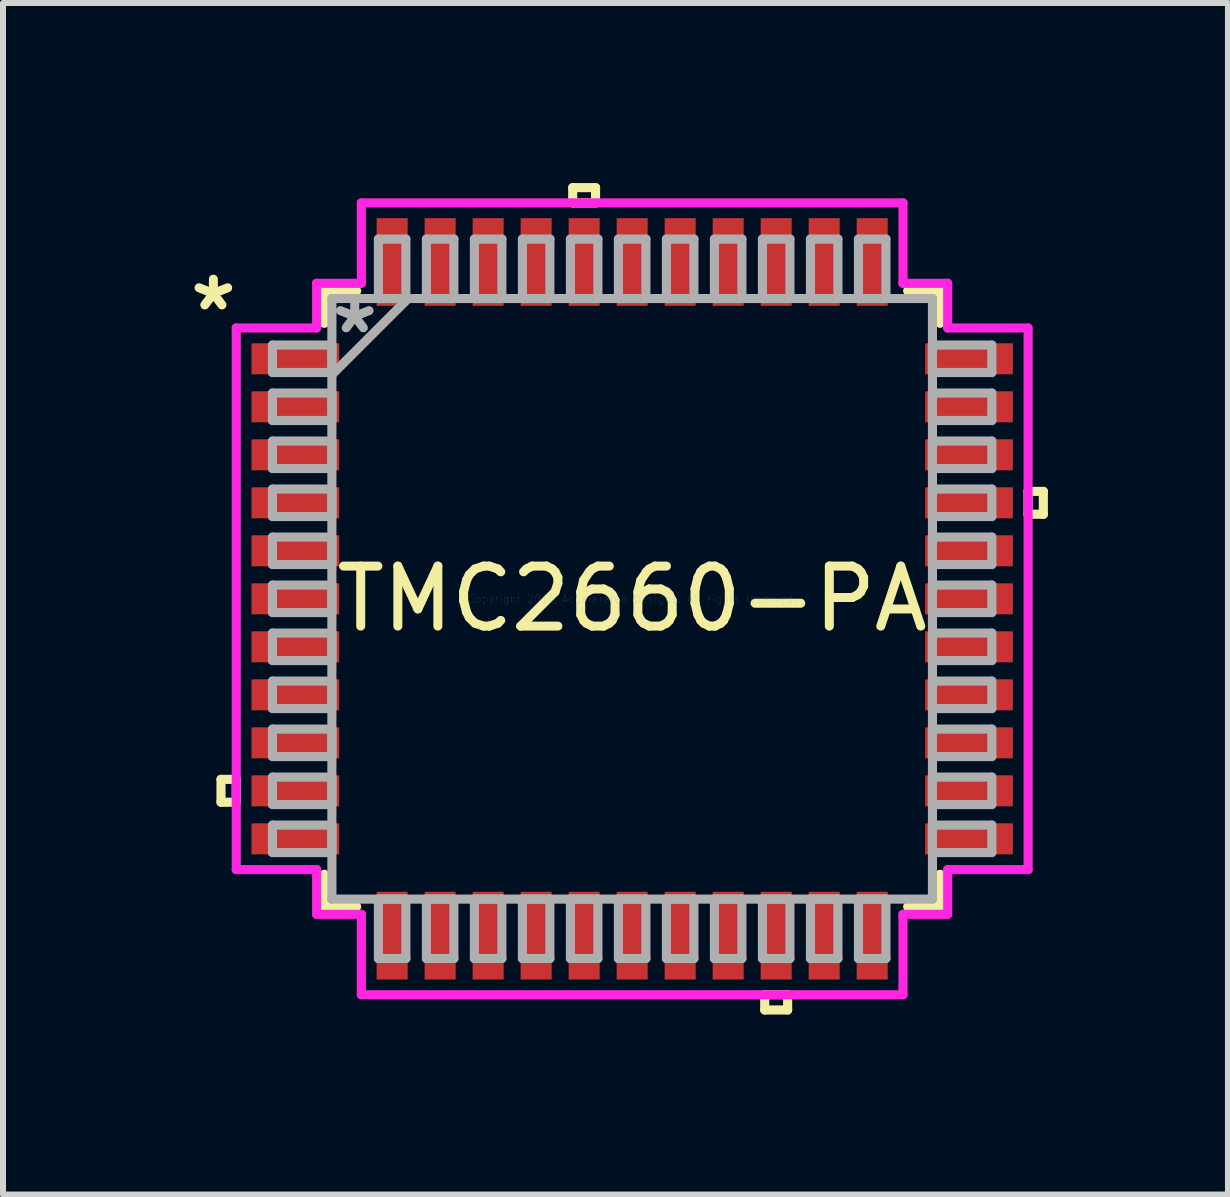
<source format=kicad_pcb>
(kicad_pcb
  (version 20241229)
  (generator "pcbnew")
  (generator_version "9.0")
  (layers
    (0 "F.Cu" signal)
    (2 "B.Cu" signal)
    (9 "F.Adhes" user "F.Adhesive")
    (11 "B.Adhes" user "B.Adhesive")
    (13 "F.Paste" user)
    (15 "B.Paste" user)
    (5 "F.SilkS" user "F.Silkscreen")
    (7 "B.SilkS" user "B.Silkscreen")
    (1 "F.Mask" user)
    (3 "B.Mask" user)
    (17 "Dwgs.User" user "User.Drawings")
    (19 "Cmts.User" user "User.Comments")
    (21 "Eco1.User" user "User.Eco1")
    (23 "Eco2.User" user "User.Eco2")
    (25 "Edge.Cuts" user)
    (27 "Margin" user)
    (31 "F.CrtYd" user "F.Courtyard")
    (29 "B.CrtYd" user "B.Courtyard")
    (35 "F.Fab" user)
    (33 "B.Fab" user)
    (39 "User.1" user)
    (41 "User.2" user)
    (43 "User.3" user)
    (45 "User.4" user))
  (footprint "TMC2660-PA"
    (layer "F.Cu")
    (at 7.485 6.929)
    (property "Reference" "TMC2660-PA" (at 0 0 0) (layer "F.SilkS") (effects (font (size 1 1) (thickness 0.15))))
    (attr through_hole)
    (fp_line (start -6.852 3.009) (end -6.852 3.39) (stroke (width 0.152) (type solid)) (layer "F.SilkS"))
    (fp_line (start -6.852 3.39) (end -6.598 3.39) (stroke (width 0.152) (type solid)) (layer "F.SilkS"))
    (fp_line (start -6.598 3.009) (end -6.852 3.009) (stroke (width 0.152) (type solid)) (layer "F.SilkS"))
    (fp_line (start -6.598 3.39) (end -6.598 3.009) (stroke (width 0.152) (type solid)) (layer "F.SilkS"))
    (fp_line (start -5.131 -5.131) (end -5.131 -4.591) (stroke (width 0.152) (type solid)) (layer "F.SilkS"))
    (fp_line (start -5.131 4.591) (end -5.131 5.131) (stroke (width 0.152) (type solid)) (layer "F.SilkS"))
    (fp_line (start -5.131 5.131) (end -4.591 5.131) (stroke (width 0.152) (type solid)) (layer "F.SilkS"))
    (fp_line (start -4.591 -5.131) (end -5.131 -5.131) (stroke (width 0.152) (type solid)) (layer "F.SilkS"))
    (fp_line (start -0.991 -6.852) (end -0.61 -6.852) (stroke (width 0.152) (type solid)) (layer "F.SilkS"))
    (fp_line (start -0.991 -6.598) (end -0.991 -6.852) (stroke (width 0.152) (type solid)) (layer "F.SilkS"))
    (fp_line (start -0.61 -6.852) (end -0.61 -6.598) (stroke (width 0.152) (type solid)) (layer "F.SilkS"))
    (fp_line (start -0.61 -6.598) (end -0.991 -6.598) (stroke (width 0.152) (type solid)) (layer "F.SilkS"))
    (fp_line (start 2.209 6.598) (end 2.209 6.852) (stroke (width 0.152) (type solid)) (layer "F.SilkS"))
    (fp_line (start 2.209 6.852) (end 2.591 6.852) (stroke (width 0.152) (type solid)) (layer "F.SilkS"))
    (fp_line (start 2.591 6.598) (end 2.209 6.598) (stroke (width 0.152) (type solid)) (layer "F.SilkS"))
    (fp_line (start 2.591 6.852) (end 2.591 6.598) (stroke (width 0.152) (type solid)) (layer "F.SilkS"))
    (fp_line (start 4.591 5.131) (end 5.131 5.131) (stroke (width 0.152) (type solid)) (layer "F.SilkS"))
    (fp_line (start 5.131 -5.131) (end 4.591 -5.131) (stroke (width 0.152) (type solid)) (layer "F.SilkS"))
    (fp_line (start 5.131 -4.591) (end 5.131 -5.131) (stroke (width 0.152) (type solid)) (layer "F.SilkS"))
    (fp_line (start 5.131 5.131) (end 5.131 4.591) (stroke (width 0.152) (type solid)) (layer "F.SilkS"))
    (fp_line (start 6.598 -1.79) (end 6.852 -1.79) (stroke (width 0.152) (type solid)) (layer "F.SilkS"))
    (fp_line (start 6.598 -1.409) (end 6.598 -1.79) (stroke (width 0.152) (type solid)) (layer "F.SilkS"))
    (fp_line (start 6.852 -1.79) (end 6.852 -1.409) (stroke (width 0.152) (type solid)) (layer "F.SilkS"))
    (fp_line (start 6.852 -1.409) (end 6.598 -1.409) (stroke (width 0.152) (type solid)) (layer "F.SilkS"))
    (fp_line (start -6.598 -4.513) (end -5.258 -4.513) (stroke (width 0.152) (type solid)) (layer "F.CrtYd"))
    (fp_line (start -6.598 4.513) (end -6.598 -4.513) (stroke (width 0.152) (type solid)) (layer "F.CrtYd"))
    (fp_line (start -5.258 -5.258) (end -4.513 -5.258) (stroke (width 0.152) (type solid)) (layer "F.CrtYd"))
    (fp_line (start -5.258 -4.513) (end -5.258 -5.258) (stroke (width 0.152) (type solid)) (layer "F.CrtYd"))
    (fp_line (start -5.258 4.513) (end -6.598 4.513) (stroke (width 0.152) (type solid)) (layer "F.CrtYd"))
    (fp_line (start -5.258 5.258) (end -5.258 4.513) (stroke (width 0.152) (type solid)) (layer "F.CrtYd"))
    (fp_line (start -4.513 -6.598) (end 4.513 -6.598) (stroke (width 0.152) (type solid)) (layer "F.CrtYd"))
    (fp_line (start -4.513 -5.258) (end -4.513 -6.598) (stroke (width 0.152) (type solid)) (layer "F.CrtYd"))
    (fp_line (start -4.513 5.258) (end -5.258 5.258) (stroke (width 0.152) (type solid)) (layer "F.CrtYd"))
    (fp_line (start -4.513 6.598) (end -4.513 5.258) (stroke (width 0.152) (type solid)) (layer "F.CrtYd"))
    (fp_line (start 4.513 -6.598) (end 4.513 -5.258) (stroke (width 0.152) (type solid)) (layer "F.CrtYd"))
    (fp_line (start 4.513 -5.258) (end 5.258 -5.258) (stroke (width 0.152) (type solid)) (layer "F.CrtYd"))
    (fp_line (start 4.513 5.258) (end 4.513 6.598) (stroke (width 0.152) (type solid)) (layer "F.CrtYd"))
    (fp_line (start 4.513 6.598) (end -4.513 6.598) (stroke (width 0.152) (type solid)) (layer "F.CrtYd"))
    (fp_line (start 5.258 -5.258) (end 5.258 -4.513) (stroke (width 0.152) (type solid)) (layer "F.CrtYd"))
    (fp_line (start 5.258 -4.513) (end 6.598 -4.513) (stroke (width 0.152) (type solid)) (layer "F.CrtYd"))
    (fp_line (start 5.258 4.513) (end 5.258 5.258) (stroke (width 0.152) (type solid)) (layer "F.CrtYd"))
    (fp_line (start 5.258 5.258) (end 4.513 5.258) (stroke (width 0.152) (type solid)) (layer "F.CrtYd"))
    (fp_line (start 6.598 -4.513) (end 6.598 4.513) (stroke (width 0.152) (type solid)) (layer "F.CrtYd"))
    (fp_line (start 6.598 4.513) (end 5.258 4.513) (stroke (width 0.152) (type solid)) (layer "F.CrtYd"))
    (fp_line (start -5.994 -4.229) (end -5.994 -3.771) (stroke (width 0.152) (type solid)) (layer "F.Fab"))
    (fp_line (start -5.994 -3.771) (end -5.004 -3.771) (stroke (width 0.152) (type solid)) (layer "F.Fab"))
    (fp_line (start -5.994 -3.429) (end -5.994 -2.971) (stroke (width 0.152) (type solid)) (layer "F.Fab"))
    (fp_line (start -5.994 -2.971) (end -5.004 -2.971) (stroke (width 0.152) (type solid)) (layer "F.Fab"))
    (fp_line (start -5.994 -2.629) (end -5.994 -2.171) (stroke (width 0.152) (type solid)) (layer "F.Fab"))
    (fp_line (start -5.994 -2.171) (end -5.004 -2.171) (stroke (width 0.152) (type solid)) (layer "F.Fab"))
    (fp_line (start -5.994 -1.829) (end -5.994 -1.371) (stroke (width 0.152) (type solid)) (layer "F.Fab"))
    (fp_line (start -5.994 -1.371) (end -5.004 -1.371) (stroke (width 0.152) (type solid)) (layer "F.Fab"))
    (fp_line (start -5.994 -1.029) (end -5.994 -0.571) (stroke (width 0.152) (type solid)) (layer "F.Fab"))
    (fp_line (start -5.994 -0.571) (end -5.004 -0.571) (stroke (width 0.152) (type solid)) (layer "F.Fab"))
    (fp_line (start -5.994 -0.229) (end -5.994 0.229) (stroke (width 0.152) (type solid)) (layer "F.Fab"))
    (fp_line (start -5.994 0.229) (end -5.004 0.229) (stroke (width 0.152) (type solid)) (layer "F.Fab"))
    (fp_line (start -5.994 0.571) (end -5.994 1.029) (stroke (width 0.152) (type solid)) (layer "F.Fab"))
    (fp_line (start -5.994 1.029) (end -5.004 1.029) (stroke (width 0.152) (type solid)) (layer "F.Fab"))
    (fp_line (start -5.994 1.371) (end -5.994 1.829) (stroke (width 0.152) (type solid)) (layer "F.Fab"))
    (fp_line (start -5.994 1.829) (end -5.004 1.829) (stroke (width 0.152) (type solid)) (layer "F.Fab"))
    (fp_line (start -5.994 2.171) (end -5.994 2.629) (stroke (width 0.152) (type solid)) (layer "F.Fab"))
    (fp_line (start -5.994 2.629) (end -5.004 2.629) (stroke (width 0.152) (type solid)) (layer "F.Fab"))
    (fp_line (start -5.994 2.971) (end -5.994 3.429) (stroke (width 0.152) (type solid)) (layer "F.Fab"))
    (fp_line (start -5.994 3.429) (end -5.004 3.429) (stroke (width 0.152) (type solid)) (layer "F.Fab"))
    (fp_line (start -5.994 3.771) (end -5.994 4.229) (stroke (width 0.152) (type solid)) (layer "F.Fab"))
    (fp_line (start -5.994 4.229) (end -5.004 4.229) (stroke (width 0.152) (type solid)) (layer "F.Fab"))
    (fp_line (start -5.004 -5.004) (end -5.004 -5.004) (stroke (width 0.152) (type solid)) (layer "F.Fab"))
    (fp_line (start -5.004 -5.004) (end -5.004 5.004) (stroke (width 0.152) (type solid)) (layer "F.Fab"))
    (fp_line (start -5.004 -4.229) (end -5.994 -4.229) (stroke (width 0.152) (type solid)) (layer "F.Fab"))
    (fp_line (start -5.004 -3.771) (end -5.004 -4.229) (stroke (width 0.152) (type solid)) (layer "F.Fab"))
    (fp_line (start -5.004 -3.734) (end -3.734 -5.004) (stroke (width 0.152) (type solid)) (layer "F.Fab"))
    (fp_line (start -5.004 -3.429) (end -5.994 -3.429) (stroke (width 0.152) (type solid)) (layer "F.Fab"))
    (fp_line (start -5.004 -2.971) (end -5.004 -3.429) (stroke (width 0.152) (type solid)) (layer "F.Fab"))
    (fp_line (start -5.004 -2.629) (end -5.994 -2.629) (stroke (width 0.152) (type solid)) (layer "F.Fab"))
    (fp_line (start -5.004 -2.171) (end -5.004 -2.629) (stroke (width 0.152) (type solid)) (layer "F.Fab"))
    (fp_line (start -5.004 -1.829) (end -5.994 -1.829) (stroke (width 0.152) (type solid)) (layer "F.Fab"))
    (fp_line (start -5.004 -1.371) (end -5.004 -1.829) (stroke (width 0.152) (type solid)) (layer "F.Fab"))
    (fp_line (start -5.004 -1.029) (end -5.994 -1.029) (stroke (width 0.152) (type solid)) (layer "F.Fab"))
    (fp_line (start -5.004 -0.571) (end -5.004 -1.029) (stroke (width 0.152) (type solid)) (layer "F.Fab"))
    (fp_line (start -5.004 -0.229) (end -5.994 -0.229) (stroke (width 0.152) (type solid)) (layer "F.Fab"))
    (fp_line (start -5.004 0.229) (end -5.004 -0.229) (stroke (width 0.152) (type solid)) (layer "F.Fab"))
    (fp_line (start -5.004 0.571) (end -5.994 0.571) (stroke (width 0.152) (type solid)) (layer "F.Fab"))
    (fp_line (start -5.004 1.029) (end -5.004 0.571) (stroke (width 0.152) (type solid)) (layer "F.Fab"))
    (fp_line (start -5.004 1.371) (end -5.994 1.371) (stroke (width 0.152) (type solid)) (layer "F.Fab"))
    (fp_line (start -5.004 1.829) (end -5.004 1.371) (stroke (width 0.152) (type solid)) (layer "F.Fab"))
    (fp_line (start -5.004 2.171) (end -5.994 2.171) (stroke (width 0.152) (type solid)) (layer "F.Fab"))
    (fp_line (start -5.004 2.629) (end -5.004 2.171) (stroke (width 0.152) (type solid)) (layer "F.Fab"))
    (fp_line (start -5.004 2.971) (end -5.994 2.971) (stroke (width 0.152) (type solid)) (layer "F.Fab"))
    (fp_line (start -5.004 3.429) (end -5.004 2.971) (stroke (width 0.152) (type solid)) (layer "F.Fab"))
    (fp_line (start -5.004 3.771) (end -5.994 3.771) (stroke (width 0.152) (type solid)) (layer "F.Fab"))
    (fp_line (start -5.004 4.229) (end -5.004 3.771) (stroke (width 0.152) (type solid)) (layer "F.Fab"))
    (fp_line (start -5.004 5.004) (end -5.004 5.004) (stroke (width 0.152) (type solid)) (layer "F.Fab"))
    (fp_line (start -5.004 5.004) (end 5.004 5.004) (stroke (width 0.152) (type solid)) (layer "F.Fab"))
    (fp_line (start -4.229 5.004) (end -4.229 5.994) (stroke (width 0.152) (type solid)) (layer "F.Fab"))
    (fp_line (start -4.229 5.994) (end -3.771 5.994) (stroke (width 0.152) (type solid)) (layer "F.Fab"))
    (fp_line (start -4.229 -5.994) (end -4.229 -5.004) (stroke (width 0.152) (type solid)) (layer "F.Fab"))
    (fp_line (start -4.229 -5.004) (end -3.771 -5.004) (stroke (width 0.152) (type solid)) (layer "F.Fab"))
    (fp_line (start -3.771 5.004) (end -4.229 5.004) (stroke (width 0.152) (type solid)) (layer "F.Fab"))
    (fp_line (start -3.771 5.994) (end -3.771 5.004) (stroke (width 0.152) (type solid)) (layer "F.Fab"))
    (fp_line (start -3.771 -5.994) (end -4.229 -5.994) (stroke (width 0.152) (type solid)) (layer "F.Fab"))
    (fp_line (start -3.771 -5.004) (end -3.771 -5.994) (stroke (width 0.152) (type solid)) (layer "F.Fab"))
    (fp_line (start -3.429 -5.994) (end -3.429 -5.004) (stroke (width 0.152) (type solid)) (layer "F.Fab"))
    (fp_line (start -3.429 -5.004) (end -2.971 -5.004) (stroke (width 0.152) (type solid)) (layer "F.Fab"))
    (fp_line (start -3.429 5.004) (end -3.429 5.994) (stroke (width 0.152) (type solid)) (layer "F.Fab"))
    (fp_line (start -3.429 5.994) (end -2.971 5.994) (stroke (width 0.152) (type solid)) (layer "F.Fab"))
    (fp_line (start -2.971 -5.994) (end -3.429 -5.994) (stroke (width 0.152) (type solid)) (layer "F.Fab"))
    (fp_line (start -2.971 -5.004) (end -2.971 -5.994) (stroke (width 0.152) (type solid)) (layer "F.Fab"))
    (fp_line (start -2.971 5.004) (end -3.429 5.004) (stroke (width 0.152) (type solid)) (layer "F.Fab"))
    (fp_line (start -2.971 5.994) (end -2.971 5.004) (stroke (width 0.152) (type solid)) (layer "F.Fab"))
    (fp_line (start -2.629 -5.994) (end -2.629 -5.004) (stroke (width 0.152) (type solid)) (layer "F.Fab"))
    (fp_line (start -2.629 -5.004) (end -2.171 -5.004) (stroke (width 0.152) (type solid)) (layer "F.Fab"))
    (fp_line (start -2.629 5.004) (end -2.629 5.994) (stroke (width 0.152) (type solid)) (layer "F.Fab"))
    (fp_line (start -2.629 5.994) (end -2.171 5.994) (stroke (width 0.152) (type solid)) (layer "F.Fab"))
    (fp_line (start -2.171 -5.994) (end -2.629 -5.994) (stroke (width 0.152) (type solid)) (layer "F.Fab"))
    (fp_line (start -2.171 -5.004) (end -2.171 -5.994) (stroke (width 0.152) (type solid)) (layer "F.Fab"))
    (fp_line (start -2.171 5.004) (end -2.629 5.004) (stroke (width 0.152) (type solid)) (layer "F.Fab"))
    (fp_line (start -2.171 5.994) (end -2.171 5.004) (stroke (width 0.152) (type solid)) (layer "F.Fab"))
    (fp_line (start -1.829 -5.994) (end -1.829 -5.004) (stroke (width 0.152) (type solid)) (layer "F.Fab"))
    (fp_line (start -1.829 -5.004) (end -1.371 -5.004) (stroke (width 0.152) (type solid)) (layer "F.Fab"))
    (fp_line (start -1.829 5.004) (end -1.829 5.994) (stroke (width 0.152) (type solid)) (layer "F.Fab"))
    (fp_line (start -1.829 5.994) (end -1.371 5.994) (stroke (width 0.152) (type solid)) (layer "F.Fab"))
    (fp_line (start -1.371 -5.994) (end -1.829 -5.994) (stroke (width 0.152) (type solid)) (layer "F.Fab"))
    (fp_line (start -1.371 -5.004) (end -1.371 -5.994) (stroke (width 0.152) (type solid)) (layer "F.Fab"))
    (fp_line (start -1.371 5.004) (end -1.829 5.004) (stroke (width 0.152) (type solid)) (layer "F.Fab"))
    (fp_line (start -1.371 5.994) (end -1.371 5.004) (stroke (width 0.152) (type solid)) (layer "F.Fab"))
    (fp_line (start -1.029 -5.994) (end -1.029 -5.004) (stroke (width 0.152) (type solid)) (layer "F.Fab"))
    (fp_line (start -1.029 -5.004) (end -0.571 -5.004) (stroke (width 0.152) (type solid)) (layer "F.Fab"))
    (fp_line (start -1.029 5.004) (end -1.029 5.994) (stroke (width 0.152) (type solid)) (layer "F.Fab"))
    (fp_line (start -1.029 5.994) (end -0.571 5.994) (stroke (width 0.152) (type solid)) (layer "F.Fab"))
    (fp_line (start -0.571 -5.994) (end -1.029 -5.994) (stroke (width 0.152) (type solid)) (layer "F.Fab"))
    (fp_line (start -0.571 -5.004) (end -0.571 -5.994) (stroke (width 0.152) (type solid)) (layer "F.Fab"))
    (fp_line (start -0.571 5.004) (end -1.029 5.004) (stroke (width 0.152) (type solid)) (layer "F.Fab"))
    (fp_line (start -0.571 5.994) (end -0.571 5.004) (stroke (width 0.152) (type solid)) (layer "F.Fab"))
    (fp_line (start -0.229 -5.994) (end -0.229 -5.004) (stroke (width 0.152) (type solid)) (layer "F.Fab"))
    (fp_line (start -0.229 -5.004) (end 0.229 -5.004) (stroke (width 0.152) (type solid)) (layer "F.Fab"))
    (fp_line (start -0.229 5.004) (end -0.229 5.994) (stroke (width 0.152) (type solid)) (layer "F.Fab"))
    (fp_line (start -0.229 5.994) (end 0.229 5.994) (stroke (width 0.152) (type solid)) (layer "F.Fab"))
    (fp_line (start 0.229 -5.994) (end -0.229 -5.994) (stroke (width 0.152) (type solid)) (layer "F.Fab"))
    (fp_line (start 0.229 -5.004) (end 0.229 -5.994) (stroke (width 0.152) (type solid)) (layer "F.Fab"))
    (fp_line (start 0.229 5.004) (end -0.229 5.004) (stroke (width 0.152) (type solid)) (layer "F.Fab"))
    (fp_line (start 0.229 5.994) (end 0.229 5.004) (stroke (width 0.152) (type solid)) (layer "F.Fab"))
    (fp_line (start 0.571 -5.994) (end 0.571 -5.004) (stroke (width 0.152) (type solid)) (layer "F.Fab"))
    (fp_line (start 0.571 -5.004) (end 1.029 -5.004) (stroke (width 0.152) (type solid)) (layer "F.Fab"))
    (fp_line (start 0.571 5.004) (end 0.571 5.994) (stroke (width 0.152) (type solid)) (layer "F.Fab"))
    (fp_line (start 0.571 5.994) (end 1.029 5.994) (stroke (width 0.152) (type solid)) (layer "F.Fab"))
    (fp_line (start 1.029 -5.994) (end 0.571 -5.994) (stroke (width 0.152) (type solid)) (layer "F.Fab"))
    (fp_line (start 1.029 -5.004) (end 1.029 -5.994) (stroke (width 0.152) (type solid)) (layer "F.Fab"))
    (fp_line (start 1.029 5.004) (end 0.571 5.004) (stroke (width 0.152) (type solid)) (layer "F.Fab"))
    (fp_line (start 1.029 5.994) (end 1.029 5.004) (stroke (width 0.152) (type solid)) (layer "F.Fab"))
    (fp_line (start 1.371 -5.994) (end 1.371 -5.004) (stroke (width 0.152) (type solid)) (layer "F.Fab"))
    (fp_line (start 1.371 -5.004) (end 1.829 -5.004) (stroke (width 0.152) (type solid)) (layer "F.Fab"))
    (fp_line (start 1.371 5.004) (end 1.371 5.994) (stroke (width 0.152) (type solid)) (layer "F.Fab"))
    (fp_line (start 1.371 5.994) (end 1.829 5.994) (stroke (width 0.152) (type solid)) (layer "F.Fab"))
    (fp_line (start 1.829 -5.994) (end 1.371 -5.994) (stroke (width 0.152) (type solid)) (layer "F.Fab"))
    (fp_line (start 1.829 -5.004) (end 1.829 -5.994) (stroke (width 0.152) (type solid)) (layer "F.Fab"))
    (fp_line (start 1.829 5.004) (end 1.371 5.004) (stroke (width 0.152) (type solid)) (layer "F.Fab"))
    (fp_line (start 1.829 5.994) (end 1.829 5.004) (stroke (width 0.152) (type solid)) (layer "F.Fab"))
    (fp_line (start 2.171 -5.994) (end 2.171 -5.004) (stroke (width 0.152) (type solid)) (layer "F.Fab"))
    (fp_line (start 2.171 -5.004) (end 2.629 -5.004) (stroke (width 0.152) (type solid)) (layer "F.Fab"))
    (fp_line (start 2.171 5.004) (end 2.171 5.994) (stroke (width 0.152) (type solid)) (layer "F.Fab"))
    (fp_line (start 2.171 5.994) (end 2.629 5.994) (stroke (width 0.152) (type solid)) (layer "F.Fab"))
    (fp_line (start 2.629 -5.994) (end 2.171 -5.994) (stroke (width 0.152) (type solid)) (layer "F.Fab"))
    (fp_line (start 2.629 -5.004) (end 2.629 -5.994) (stroke (width 0.152) (type solid)) (layer "F.Fab"))
    (fp_line (start 2.629 5.004) (end 2.171 5.004) (stroke (width 0.152) (type solid)) (layer "F.Fab"))
    (fp_line (start 2.629 5.994) (end 2.629 5.004) (stroke (width 0.152) (type solid)) (layer "F.Fab"))
    (fp_line (start 2.971 -5.994) (end 2.971 -5.004) (stroke (width 0.152) (type solid)) (layer "F.Fab"))
    (fp_line (start 2.971 -5.004) (end 3.429 -5.004) (stroke (width 0.152) (type solid)) (layer "F.Fab"))
    (fp_line (start 2.971 5.004) (end 2.971 5.994) (stroke (width 0.152) (type solid)) (layer "F.Fab"))
    (fp_line (start 2.971 5.994) (end 3.429 5.994) (stroke (width 0.152) (type solid)) (layer "F.Fab"))
    (fp_line (start 3.429 -5.994) (end 2.971 -5.994) (stroke (width 0.152) (type solid)) (layer "F.Fab"))
    (fp_line (start 3.429 -5.004) (end 3.429 -5.994) (stroke (width 0.152) (type solid)) (layer "F.Fab"))
    (fp_line (start 3.429 5.004) (end 2.971 5.004) (stroke (width 0.152) (type solid)) (layer "F.Fab"))
    (fp_line (start 3.429 5.994) (end 3.429 5.004) (stroke (width 0.152) (type solid)) (layer "F.Fab"))
    (fp_line (start 3.771 5.004) (end 3.771 5.994) (stroke (width 0.152) (type solid)) (layer "F.Fab"))
    (fp_line (start 3.771 5.994) (end 4.229 5.994) (stroke (width 0.152) (type solid)) (layer "F.Fab"))
    (fp_line (start 3.771 -5.994) (end 3.771 -5.004) (stroke (width 0.152) (type solid)) (layer "F.Fab"))
    (fp_line (start 3.771 -5.004) (end 4.229 -5.004) (stroke (width 0.152) (type solid)) (layer "F.Fab"))
    (fp_line (start 4.229 5.004) (end 3.771 5.004) (stroke (width 0.152) (type solid)) (layer "F.Fab"))
    (fp_line (start 4.229 5.994) (end 4.229 5.004) (stroke (width 0.152) (type solid)) (layer "F.Fab"))
    (fp_line (start 4.229 -5.994) (end 3.771 -5.994) (stroke (width 0.152) (type solid)) (layer "F.Fab"))
    (fp_line (start 4.229 -5.004) (end 4.229 -5.994) (stroke (width 0.152) (type solid)) (layer "F.Fab"))
    (fp_line (start 5.004 -5.004) (end -5.004 -5.004) (stroke (width 0.152) (type solid)) (layer "F.Fab"))
    (fp_line (start 5.004 -5.004) (end 5.004 -5.004) (stroke (width 0.152) (type solid)) (layer "F.Fab"))
    (fp_line (start 5.004 -4.229) (end 5.004 -3.771) (stroke (width 0.152) (type solid)) (layer "F.Fab"))
    (fp_line (start 5.004 -3.771) (end 5.994 -3.771) (stroke (width 0.152) (type solid)) (layer "F.Fab"))
    (fp_line (start 5.004 -3.429) (end 5.004 -2.971) (stroke (width 0.152) (type solid)) (layer "F.Fab"))
    (fp_line (start 5.004 -2.971) (end 5.994 -2.971) (stroke (width 0.152) (type solid)) (layer "F.Fab"))
    (fp_line (start 5.004 -2.629) (end 5.004 -2.171) (stroke (width 0.152) (type solid)) (layer "F.Fab"))
    (fp_line (start 5.004 -2.171) (end 5.994 -2.171) (stroke (width 0.152) (type solid)) (layer "F.Fab"))
    (fp_line (start 5.004 -1.829) (end 5.004 -1.371) (stroke (width 0.152) (type solid)) (layer "F.Fab"))
    (fp_line (start 5.004 -1.371) (end 5.994 -1.371) (stroke (width 0.152) (type solid)) (layer "F.Fab"))
    (fp_line (start 5.004 -1.029) (end 5.004 -0.571) (stroke (width 0.152) (type solid)) (layer "F.Fab"))
    (fp_line (start 5.004 -0.571) (end 5.994 -0.571) (stroke (width 0.152) (type solid)) (layer "F.Fab"))
    (fp_line (start 5.004 -0.229) (end 5.004 0.229) (stroke (width 0.152) (type solid)) (layer "F.Fab"))
    (fp_line (start 5.004 0.229) (end 5.994 0.229) (stroke (width 0.152) (type solid)) (layer "F.Fab"))
    (fp_line (start 5.004 0.571) (end 5.004 1.029) (stroke (width 0.152) (type solid)) (layer "F.Fab"))
    (fp_line (start 5.004 1.029) (end 5.994 1.029) (stroke (width 0.152) (type solid)) (layer "F.Fab"))
    (fp_line (start 5.004 1.371) (end 5.004 1.829) (stroke (width 0.152) (type solid)) (layer "F.Fab"))
    (fp_line (start 5.004 1.829) (end 5.994 1.829) (stroke (width 0.152) (type solid)) (layer "F.Fab"))
    (fp_line (start 5.004 2.171) (end 5.004 2.629) (stroke (width 0.152) (type solid)) (layer "F.Fab"))
    (fp_line (start 5.004 2.629) (end 5.994 2.629) (stroke (width 0.152) (type solid)) (layer "F.Fab"))
    (fp_line (start 5.004 2.971) (end 5.004 3.429) (stroke (width 0.152) (type solid)) (layer "F.Fab"))
    (fp_line (start 5.004 3.429) (end 5.994 3.429) (stroke (width 0.152) (type solid)) (layer "F.Fab"))
    (fp_line (start 5.004 3.771) (end 5.004 4.229) (stroke (width 0.152) (type solid)) (layer "F.Fab"))
    (fp_line (start 5.004 4.229) (end 5.994 4.229) (stroke (width 0.152) (type solid)) (layer "F.Fab"))
    (fp_line (start 5.004 5.004) (end 5.004 -5.004) (stroke (width 0.152) (type solid)) (layer "F.Fab"))
    (fp_line (start 5.004 5.004) (end 5.004 5.004) (stroke (width 0.152) (type solid)) (layer "F.Fab"))
    (fp_line (start 5.994 -4.229) (end 5.004 -4.229) (stroke (width 0.152) (type solid)) (layer "F.Fab"))
    (fp_line (start 5.994 -3.771) (end 5.994 -4.229) (stroke (width 0.152) (type solid)) (layer "F.Fab"))
    (fp_line (start 5.994 -3.429) (end 5.004 -3.429) (stroke (width 0.152) (type solid)) (layer "F.Fab"))
    (fp_line (start 5.994 -2.971) (end 5.994 -3.429) (stroke (width 0.152) (type solid)) (layer "F.Fab"))
    (fp_line (start 5.994 -2.629) (end 5.004 -2.629) (stroke (width 0.152) (type solid)) (layer "F.Fab"))
    (fp_line (start 5.994 -2.171) (end 5.994 -2.629) (stroke (width 0.152) (type solid)) (layer "F.Fab"))
    (fp_line (start 5.994 -1.829) (end 5.004 -1.829) (stroke (width 0.152) (type solid)) (layer "F.Fab"))
    (fp_line (start 5.994 -1.371) (end 5.994 -1.829) (stroke (width 0.152) (type solid)) (layer "F.Fab"))
    (fp_line (start 5.994 -1.029) (end 5.004 -1.029) (stroke (width 0.152) (type solid)) (layer "F.Fab"))
    (fp_line (start 5.994 -0.571) (end 5.994 -1.029) (stroke (width 0.152) (type solid)) (layer "F.Fab"))
    (fp_line (start 5.994 -0.229) (end 5.004 -0.229) (stroke (width 0.152) (type solid)) (layer "F.Fab"))
    (fp_line (start 5.994 0.229) (end 5.994 -0.229) (stroke (width 0.152) (type solid)) (layer "F.Fab"))
    (fp_line (start 5.994 0.571) (end 5.004 0.571) (stroke (width 0.152) (type solid)) (layer "F.Fab"))
    (fp_line (start 5.994 1.029) (end 5.994 0.571) (stroke (width 0.152) (type solid)) (layer "F.Fab"))
    (fp_line (start 5.994 1.371) (end 5.004 1.371) (stroke (width 0.152) (type solid)) (layer "F.Fab"))
    (fp_line (start 5.994 1.829) (end 5.994 1.371) (stroke (width 0.152) (type solid)) (layer "F.Fab"))
    (fp_line (start 5.994 2.171) (end 5.004 2.171) (stroke (width 0.152) (type solid)) (layer "F.Fab"))
    (fp_line (start 5.994 2.629) (end 5.994 2.171) (stroke (width 0.152) (type solid)) (layer "F.Fab"))
    (fp_line (start 5.994 2.971) (end 5.004 2.971) (stroke (width 0.152) (type solid)) (layer "F.Fab"))
    (fp_line (start 5.994 3.429) (end 5.994 2.971) (stroke (width 0.152) (type solid)) (layer "F.Fab"))
    (fp_line (start 5.994 3.771) (end 5.004 3.771) (stroke (width 0.152) (type solid)) (layer "F.Fab"))
    (fp_line (start 5.994 4.229) (end 5.994 3.771) (stroke (width 0.152) (type solid)) (layer "F.Fab"))
    (fp_text user "*" (at -6.979 -4.781 0) (layer "F.SilkS") (effects (font (size 1 1) (thickness 0.15))))
    (fp_text user "Copyright 2016 Accelerated Designs. All rights reserved." (at 0 0 0) (layer "Cmts.User") (effects (font (size 0.127 0.127) (thickness 0.002))))
    (fp_text user "*" (at -4.623 -4.4 0) (layer "F.Fab") (effects (font (size 1 1) (thickness 0.15))))
    (pad "1" smd rect (at -5.613 -4 90) (size 0.517 1.462) (layers "F.Cu" "F.Mask" "F.Paste"))
    (pad "2" smd rect (at -5.613 -3.2 90) (size 0.517 1.462) (layers "F.Cu" "F.Mask" "F.Paste"))
    (pad "3" smd rect (at -5.613 -2.4 90) (size 0.517 1.462) (layers "F.Cu" "F.Mask" "F.Paste"))
    (pad "4" smd rect (at -5.613 -1.6 90) (size 0.517 1.462) (layers "F.Cu" "F.Mask" "F.Paste"))
    (pad "5" smd rect (at -5.613 -0.8 90) (size 0.517 1.462) (layers "F.Cu" "F.Mask" "F.Paste"))
    (pad "6" smd rect (at -5.613 0 90) (size 0.517 1.462) (layers "F.Cu" "F.Mask" "F.Paste"))
    (pad "7" smd rect (at -5.613 0.8 90) (size 0.517 1.462) (layers "F.Cu" "F.Mask" "F.Paste"))
    (pad "8" smd rect (at -5.613 1.6 90) (size 0.517 1.462) (layers "F.Cu" "F.Mask" "F.Paste"))
    (pad "9" smd rect (at -5.613 2.4 90) (size 0.517 1.462) (layers "F.Cu" "F.Mask" "F.Paste"))
    (pad "10" smd rect (at -5.613 3.2 90) (size 0.517 1.462) (layers "F.Cu" "F.Mask" "F.Paste"))
    (pad "11" smd rect (at -5.613 4 90) (size 0.517 1.462) (layers "F.Cu" "F.Mask" "F.Paste"))
    (pad "12" smd rect (at -4 5.613) (size 0.517 1.462) (layers "F.Cu" "F.Mask" "F.Paste"))
    (pad "13" smd rect (at -3.2 5.613) (size 0.517 1.462) (layers "F.Cu" "F.Mask" "F.Paste"))
    (pad "14" smd rect (at -2.4 5.613) (size 0.517 1.462) (layers "F.Cu" "F.Mask" "F.Paste"))
    (pad "15" smd rect (at -1.6 5.613) (size 0.517 1.462) (layers "F.Cu" "F.Mask" "F.Paste"))
    (pad "16" smd rect (at -0.8 5.613) (size 0.517 1.462) (layers "F.Cu" "F.Mask" "F.Paste"))
    (pad "17" smd rect (at 0 5.613) (size 0.517 1.462) (layers "F.Cu" "F.Mask" "F.Paste"))
    (pad "18" smd rect (at 0.8 5.613) (size 0.517 1.462) (layers "F.Cu" "F.Mask" "F.Paste"))
    (pad "19" smd rect (at 1.6 5.613) (size 0.517 1.462) (layers "F.Cu" "F.Mask" "F.Paste"))
    (pad "20" smd rect (at 2.4 5.613) (size 0.517 1.462) (layers "F.Cu" "F.Mask" "F.Paste"))
    (pad "21" smd rect (at 3.2 5.613) (size 0.517 1.462) (layers "F.Cu" "F.Mask" "F.Paste"))
    (pad "22" smd rect (at 4 5.613) (size 0.517 1.462) (layers "F.Cu" "F.Mask" "F.Paste"))
    (pad "23" smd rect (at 5.613 4 90) (size 0.517 1.462) (layers "F.Cu" "F.Mask" "F.Paste"))
    (pad "24" smd rect (at 5.613 3.2 90) (size 0.517 1.462) (layers "F.Cu" "F.Mask" "F.Paste"))
    (pad "25" smd rect (at 5.613 2.4 90) (size 0.517 1.462) (layers "F.Cu" "F.Mask" "F.Paste"))
    (pad "26" smd rect (at 5.613 1.6 90) (size 0.517 1.462) (layers "F.Cu" "F.Mask" "F.Paste"))
    (pad "27" smd rect (at 5.613 0.8 90) (size 0.517 1.462) (layers "F.Cu" "F.Mask" "F.Paste"))
    (pad "28" smd rect (at 5.613 0 90) (size 0.517 1.462) (layers "F.Cu" "F.Mask" "F.Paste"))
    (pad "29" smd rect (at 5.613 -0.8 90) (size 0.517 1.462) (layers "F.Cu" "F.Mask" "F.Paste"))
    (pad "30" smd rect (at 5.613 -1.6 90) (size 0.517 1.462) (layers "F.Cu" "F.Mask" "F.Paste"))
    (pad "31" smd rect (at 5.613 -2.4 90) (size 0.517 1.462) (layers "F.Cu" "F.Mask" "F.Paste"))
    (pad "32" smd rect (at 5.613 -3.2 90) (size 0.517 1.462) (layers "F.Cu" "F.Mask" "F.Paste"))
    (pad "33" smd rect (at 5.613 -4 90) (size 0.517 1.462) (layers "F.Cu" "F.Mask" "F.Paste"))
    (pad "34" smd rect (at 4 -5.613) (size 0.517 1.462) (layers "F.Cu" "F.Mask" "F.Paste"))
    (pad "35" smd rect (at 3.2 -5.613) (size 0.517 1.462) (layers "F.Cu" "F.Mask" "F.Paste"))
    (pad "36" smd rect (at 2.4 -5.613) (size 0.517 1.462) (layers "F.Cu" "F.Mask" "F.Paste"))
    (pad "37" smd rect (at 1.6 -5.613) (size 0.517 1.462) (layers "F.Cu" "F.Mask" "F.Paste"))
    (pad "38" smd rect (at 0.8 -5.613) (size 0.517 1.462) (layers "F.Cu" "F.Mask" "F.Paste"))
    (pad "39" smd rect (at 0 -5.613) (size 0.517 1.462) (layers "F.Cu" "F.Mask" "F.Paste"))
    (pad "40" smd rect (at -0.8 -5.613) (size 0.517 1.462) (layers "F.Cu" "F.Mask" "F.Paste"))
    (pad "41" smd rect (at -1.6 -5.613) (size 0.517 1.462) (layers "F.Cu" "F.Mask" "F.Paste"))
    (pad "42" smd rect (at -2.4 -5.613) (size 0.517 1.462) (layers "F.Cu" "F.Mask" "F.Paste"))
    (pad "43" smd rect (at -3.2 -5.613) (size 0.517 1.462) (layers "F.Cu" "F.Mask" "F.Paste"))
    (pad "44" smd rect (at -4 -5.613) (size 0.517 1.462) (layers "F.Cu" "F.Mask" "F.Paste")))
  (gr_rect
    (start -3 -3)
    (end 17.414 16.857)
    (stroke (width 0.1) (type default))
    (fill no)
    (layer "Edge.Cuts")))
</source>
